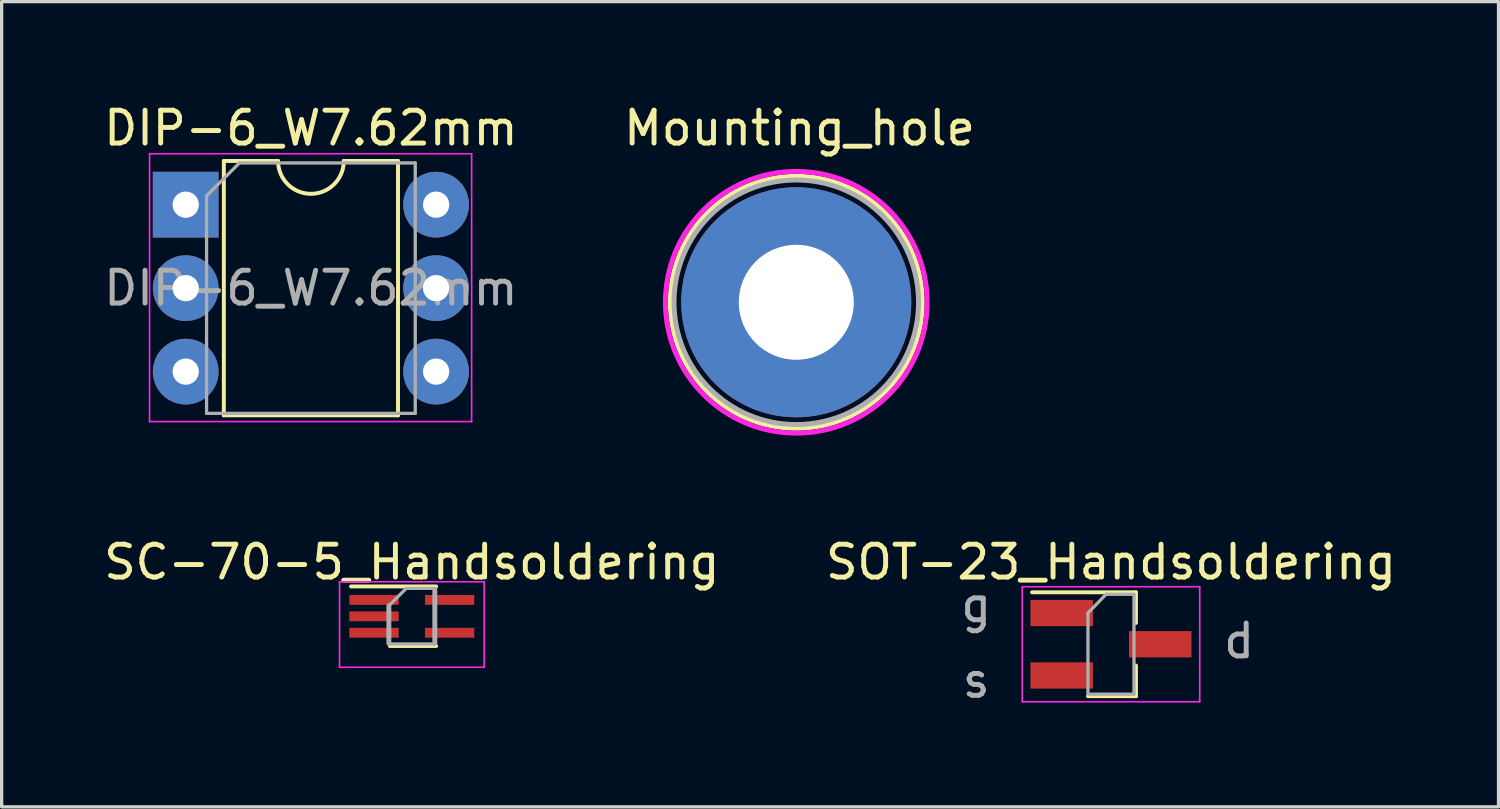
<source format=kicad_pcb>
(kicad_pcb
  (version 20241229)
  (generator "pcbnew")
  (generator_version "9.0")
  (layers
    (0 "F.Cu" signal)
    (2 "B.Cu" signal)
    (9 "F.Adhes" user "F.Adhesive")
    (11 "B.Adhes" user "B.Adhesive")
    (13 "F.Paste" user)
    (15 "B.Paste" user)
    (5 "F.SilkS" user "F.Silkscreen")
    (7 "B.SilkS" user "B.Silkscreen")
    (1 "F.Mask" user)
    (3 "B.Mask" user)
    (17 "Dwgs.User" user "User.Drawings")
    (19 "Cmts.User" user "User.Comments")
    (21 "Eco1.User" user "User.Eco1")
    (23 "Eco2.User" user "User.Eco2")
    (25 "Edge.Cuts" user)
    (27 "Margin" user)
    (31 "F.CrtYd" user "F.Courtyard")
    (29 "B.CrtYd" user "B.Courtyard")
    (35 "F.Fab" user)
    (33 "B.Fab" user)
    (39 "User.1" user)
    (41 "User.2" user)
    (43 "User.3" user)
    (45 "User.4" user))
  (footprint "SC-70-5_Handsoldering"
    (layer "F.Cu")
    (at 9.482 15.954)
    (property "Reference" "SC-70-5_Handsoldering" (at 0 -1.9 0) (layer "F.SilkS") (effects (font (size 1 1) (thickness 0.15))))
    (attr smd)
    (fp_line (start -0.67 0.652) (end 0.74 0.652) (stroke (width 0.12) (type solid)) (layer "F.SilkS"))
    (fp_line (start 0.74 -1.16) (end -1.85 -1.16) (stroke (width 0.12) (type solid)) (layer "F.SilkS"))
    (fp_line (start -2.2 -1.3) (end 2.2 -1.3) (stroke (width 0.05) (type solid)) (layer "F.CrtYd"))
    (fp_line (start -2.2 1.3) (end -2.2 -1.3) (stroke (width 0.05) (type solid)) (layer "F.CrtYd"))
    (fp_line (start 2.2 -1.3) (end 2.2 1.3) (stroke (width 0.05) (type solid)) (layer "F.CrtYd"))
    (fp_line (start 2.2 1.3) (end -2.2 1.3) (stroke (width 0.05) (type solid)) (layer "F.CrtYd"))
    (fp_line (start -0.699 -0.572) (end -0.699 0.572) (stroke (width 0.15) (type solid)) (layer "F.Fab"))
    (fp_line (start -0.17 -1.1) (end -0.67 -0.6) (stroke (width 0.1) (type solid)) (layer "F.Fab"))
    (fp_line (start 0.68 -1.1) (end -0.17 -1.1) (stroke (width 0.1) (type solid)) (layer "F.Fab"))
    (fp_line (start 0.68 0.592) (end -0.67 0.592) (stroke (width 0.1) (type solid)) (layer "F.Fab"))
    (fp_line (start 0.699 -1.079) (end 0.699 0.572) (stroke (width 0.15) (type solid)) (layer "F.Fab"))
    (pad "1" smd rect (at -1.15 -0.75 270) (size 0.3 1.5) (layers "F.Cu" "F.Mask" "F.Paste"))
    (pad "2" smd rect (at -1.15 -0.25 270) (size 0.3 1.5) (layers "F.Cu" "F.Mask" "F.Paste"))
    (pad "3" smd rect (at -1.15 0.25 270) (size 0.3 1.5) (layers "F.Cu" "F.Mask" "F.Paste"))
    (pad "4" smd rect (at 1.15 0.25 270) (size 0.3 1.5) (layers "F.Cu" "F.Mask" "F.Paste"))
    (pad "5" smd rect (at 1.15 -0.75 270) (size 0.3 1.5) (layers "F.Cu" "F.Mask" "F.Paste")))
  (footprint "SOT-23_Handsoldering"
    (layer "F.Cu")
    (at 30.756 16.554)
    (property "Reference" "SOT-23_Handsoldering" (at 0 -2.5 0) (layer "F.SilkS") (effects (font (size 1 1) (thickness 0.15))))
    (attr smd)
    (fp_line (start 0.76 -1.58) (end -2.4 -1.58) (stroke (width 0.12) (type solid)) (layer "F.SilkS"))
    (fp_line (start 0.76 -1.58) (end 0.76 -0.65) (stroke (width 0.12) (type solid)) (layer "F.SilkS"))
    (fp_line (start 0.76 1.58) (end -0.7 1.58) (stroke (width 0.12) (type solid)) (layer "F.SilkS"))
    (fp_line (start 0.76 1.58) (end 0.76 0.65) (stroke (width 0.12) (type solid)) (layer "F.SilkS"))
    (fp_line (start -2.7 -1.75) (end 2.7 -1.75) (stroke (width 0.05) (type solid)) (layer "F.CrtYd"))
    (fp_line (start -2.7 1.75) (end -2.7 -1.75) (stroke (width 0.05) (type solid)) (layer "F.CrtYd"))
    (fp_line (start 2.7 -1.75) (end 2.7 1.75) (stroke (width 0.05) (type solid)) (layer "F.CrtYd"))
    (fp_line (start 2.7 1.75) (end -2.7 1.75) (stroke (width 0.05) (type solid)) (layer "F.CrtYd"))
    (fp_line (start -0.7 -0.95) (end -0.7 1.5) (stroke (width 0.1) (type solid)) (layer "F.Fab"))
    (fp_line (start -0.7 -0.95) (end -0.15 -1.52) (stroke (width 0.1) (type solid)) (layer "F.Fab"))
    (fp_line (start -0.7 1.52) (end 0.7 1.52) (stroke (width 0.1) (type solid)) (layer "F.Fab"))
    (fp_line (start -0.15 -1.52) (end 0.7 -1.52) (stroke (width 0.1) (type solid)) (layer "F.Fab"))
    (fp_line (start 0.7 -1.52) (end 0.7 1.52) (stroke (width 0.1) (type solid)) (layer "F.Fab"))
    (fp_text user "s" (at -4.1 1.1 0) (layer "F.Fab") (effects (font (size 1 1) (thickness 0.15))))
    (fp_text user "d" (at 3.9 -0.1 0) (layer "F.Fab") (effects (font (size 1 1) (thickness 0.15))))
    (fp_text user "g" (at -4.1 -1.2 0) (layer "F.Fab") (effects (font (size 1 1) (thickness 0.15))))
    (pad "1" smd rect (at -1.5 -0.95) (size 1.9 0.8) (layers "F.Cu" "F.Mask" "F.Paste"))
    (pad "2" smd rect (at -1.5 0.95) (size 1.9 0.8) (layers "F.Cu" "F.Mask" "F.Paste"))
    (pad "3" smd rect (at 1.5 0) (size 1.9 0.8) (layers "F.Cu" "F.Mask" "F.Paste")))
  (footprint "Mounting_hole"
    (layer "F.Cu")
    (at 21.18 6.148)
    (property "Reference" "Mounting_hole" (at 0.1 -5.3 0) (layer "F.SilkS") (effects (font (size 1 1) (thickness 0.15))))
    (attr through_hole)
    (fp_circle (center 0 0) (end 3.8 -0.5) (stroke (width 0.15) (type solid)) (fill no) (layer "F.SilkS"))
    (fp_circle (center 0 0) (end 3.5 -1.9) (stroke (width 0.15) (type solid)) (fill no) (layer "F.CrtYd"))
    (fp_circle (center 0 0) (end 3 -2.2) (stroke (width 0.15) (type solid)) (fill no) (layer "F.Fab"))
    (pad "1" thru_hole circle (at 0 0) (size 7 7) (drill 3.5) (layers "*.Cu" "*.Mask")))
  (footprint "DIP-6_W7.62mm"
    (layer "F.Cu")
    (at 2.601 3.178)
    (property "Reference" "DIP-6_W7.62mm" (at 3.81 -2.33 0) (layer "F.SilkS") (effects (font (size 1 1) (thickness 0.15))))
    (attr through_hole)
    (fp_line (start 1.16 -1.33) (end 1.16 6.41) (stroke (width 0.12) (type solid)) (layer "F.SilkS"))
    (fp_line (start 1.16 6.41) (end 6.46 6.41) (stroke (width 0.12) (type solid)) (layer "F.SilkS"))
    (fp_line (start 2.81 -1.33) (end 1.16 -1.33) (stroke (width 0.12) (type solid)) (layer "F.SilkS"))
    (fp_line (start 6.46 -1.33) (end 4.81 -1.33) (stroke (width 0.12) (type solid)) (layer "F.SilkS"))
    (fp_line (start 6.46 6.41) (end 6.46 -1.33) (stroke (width 0.12) (type solid)) (layer "F.SilkS"))
    (fp_arc (start 4.81 -1.33) (mid 3.81 -0.33) (end 2.81 -1.33) (stroke (width 0.12) (type solid)) (layer "F.SilkS"))
    (fp_line (start -1.1 -1.55) (end -1.1 6.6) (stroke (width 0.05) (type solid)) (layer "F.CrtYd"))
    (fp_line (start -1.1 6.6) (end 8.7 6.6) (stroke (width 0.05) (type solid)) (layer "F.CrtYd"))
    (fp_line (start 8.7 -1.55) (end -1.1 -1.55) (stroke (width 0.05) (type solid)) (layer "F.CrtYd"))
    (fp_line (start 8.7 6.6) (end 8.7 -1.55) (stroke (width 0.05) (type solid)) (layer "F.CrtYd"))
    (fp_line (start 0.635 -0.27) (end 1.635 -1.27) (stroke (width 0.1) (type solid)) (layer "F.Fab"))
    (fp_line (start 0.635 6.35) (end 0.635 -0.27) (stroke (width 0.1) (type solid)) (layer "F.Fab"))
    (fp_line (start 1.635 -1.27) (end 6.985 -1.27) (stroke (width 0.1) (type solid)) (layer "F.Fab"))
    (fp_line (start 6.985 -1.27) (end 6.985 6.35) (stroke (width 0.1) (type solid)) (layer "F.Fab"))
    (fp_line (start 6.985 6.35) (end 0.635 6.35) (stroke (width 0.1) (type solid)) (layer "F.Fab"))
    (fp_text user "${REFERENCE}" (at 3.81 2.54 0) (layer "F.Fab") (effects (font (size 1 1) (thickness 0.15))))
    (pad "1" thru_hole rect (at 0 0) (size 2 2) (drill 0.8) (layers "*.Cu" "*.Mask"))
    (pad "2" thru_hole circle (at 0 2.54) (size 2 2) (drill 0.8) (layers "*.Cu" "*.Mask"))
    (pad "3" thru_hole circle (at 0 5.08) (size 2 2) (drill 0.8) (layers "*.Cu" "*.Mask"))
    (pad "4" thru_hole circle (at 7.62 5.08) (size 2 2) (drill 0.8) (layers "*.Cu" "*.Mask"))
    (pad "5" thru_hole circle (at 7.62 2.54) (size 2 2) (drill 0.8) (layers "*.Cu" "*.Mask"))
    (pad "6" thru_hole circle (at 7.62 0) (size 2 2) (drill 0.8) (layers "*.Cu" "*.Mask")))
  (gr_rect
    (start -3 -3)
    (end 42.548 21.502)
    (stroke (width 0.1) (type default))
    (fill no)
    (layer "Edge.Cuts")))
</source>
